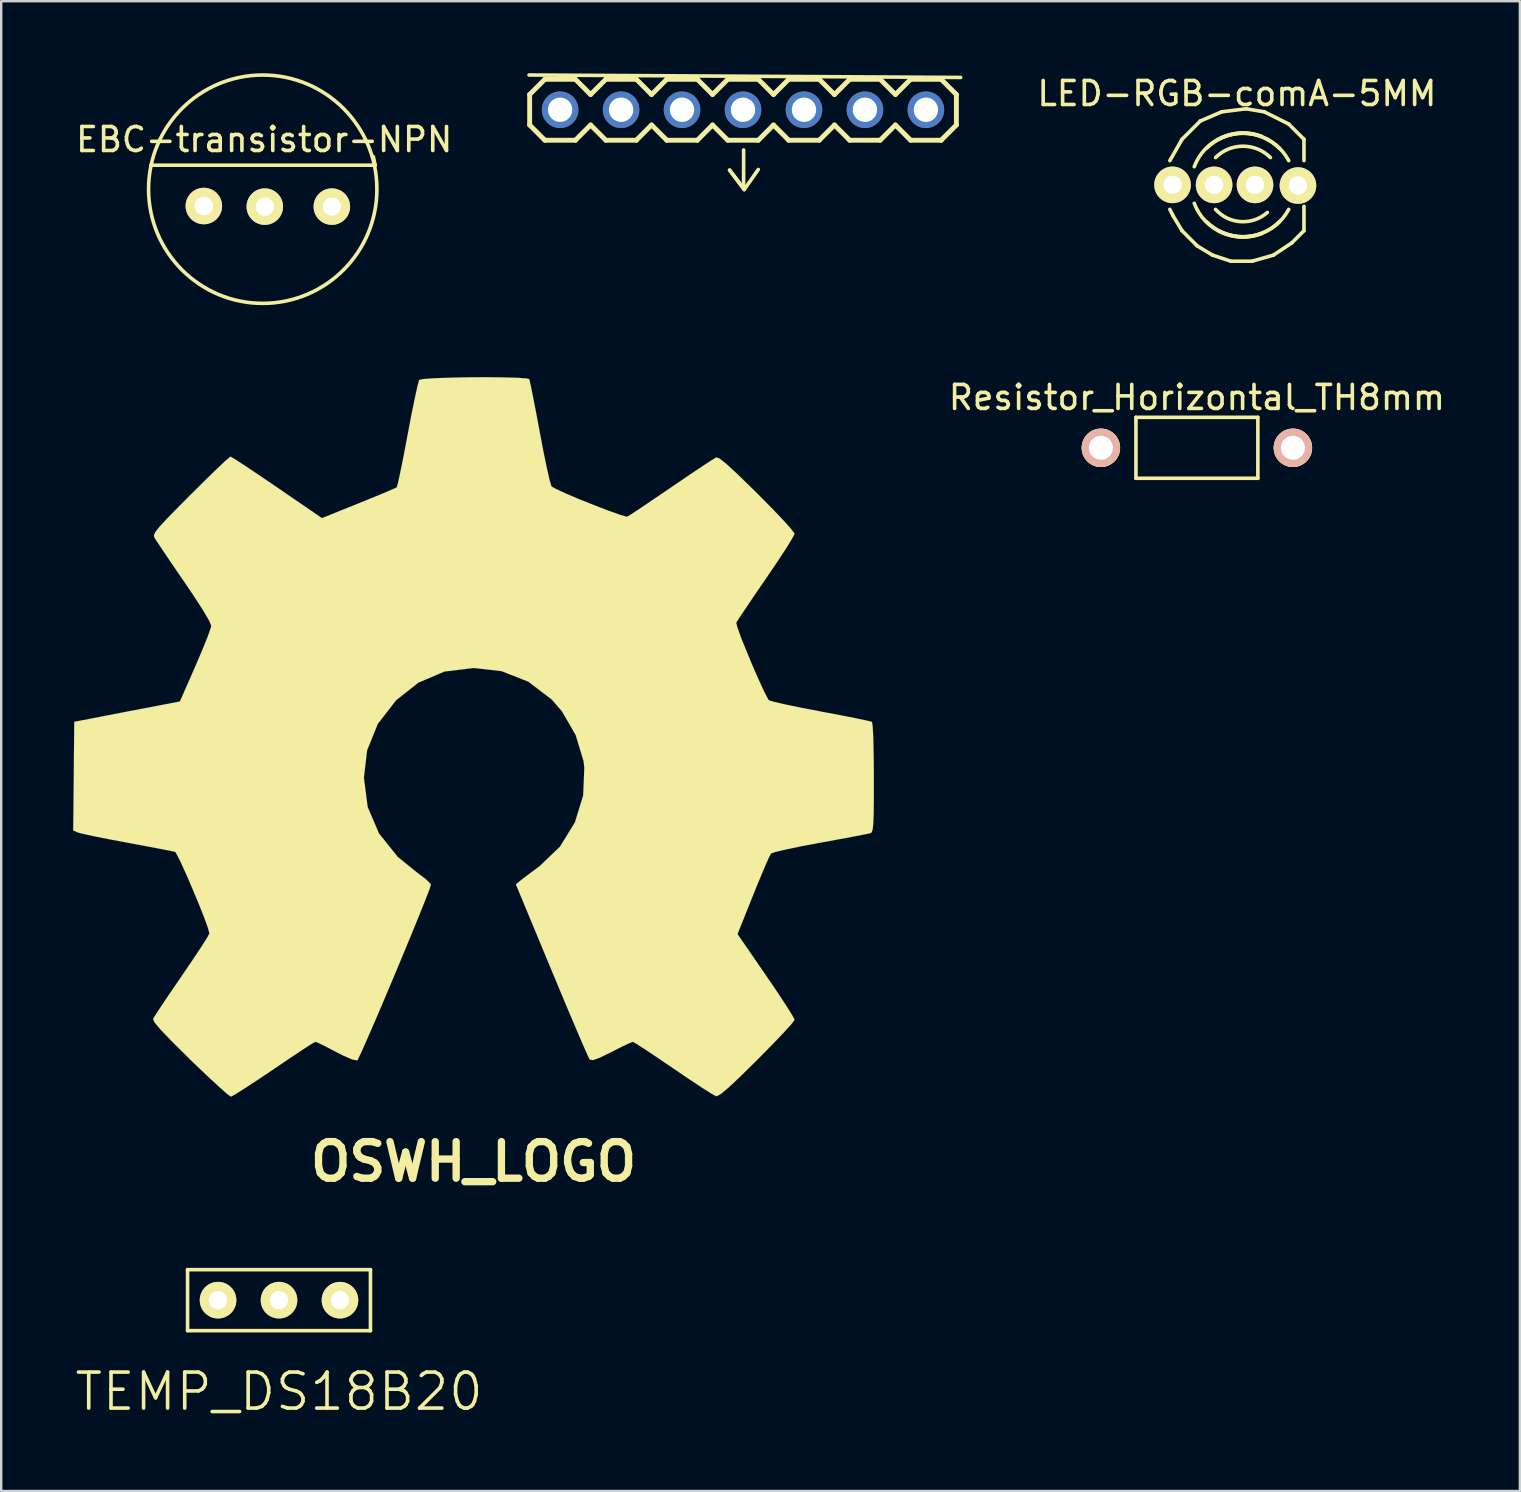
<source format=kicad_pcb>
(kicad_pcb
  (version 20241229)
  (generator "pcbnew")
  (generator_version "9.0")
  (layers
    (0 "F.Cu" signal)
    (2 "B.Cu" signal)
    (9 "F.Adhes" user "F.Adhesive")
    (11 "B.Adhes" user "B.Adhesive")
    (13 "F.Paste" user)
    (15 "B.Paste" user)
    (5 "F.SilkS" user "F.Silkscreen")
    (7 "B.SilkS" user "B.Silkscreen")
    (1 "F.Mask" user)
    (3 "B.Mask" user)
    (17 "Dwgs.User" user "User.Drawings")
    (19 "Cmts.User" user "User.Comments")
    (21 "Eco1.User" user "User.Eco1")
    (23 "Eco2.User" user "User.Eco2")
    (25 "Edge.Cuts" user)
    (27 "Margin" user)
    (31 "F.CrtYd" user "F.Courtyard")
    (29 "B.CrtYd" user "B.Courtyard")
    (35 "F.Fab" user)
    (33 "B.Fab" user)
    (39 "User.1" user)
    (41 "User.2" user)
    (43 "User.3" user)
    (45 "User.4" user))
  (footprint "OSWH_LOGO"
    (layer "F.Cu")
    (at 16.681 27.657)
    (property "Reference" "OSWH_LOGO" (at 0 17.694 0) (layer "F.SilkS") (effects (font (size 1.524 1.524) (thickness 0.305))))
    (attr through_hole)
    (fp_poly (pts (xy -10.114 14.986) (xy -9.939 14.895) (xy -9.548 14.648) (xy -8.992 14.285) (xy -8.334 13.843) (xy -7.673 13.396) (xy -7.13 13.033) (xy -6.749 12.789) (xy -6.591 12.7) (xy -6.505 12.73) (xy -6.19 12.883) (xy -5.735 13.119) (xy -5.471 13.256) (xy -5.052 13.437) (xy -4.846 13.475) (xy -4.811 13.416) (xy -4.658 13.096) (xy -4.417 12.55) (xy -4.102 11.826) (xy -3.741 10.98) (xy -3.355 10.066) (xy -2.967 9.136) (xy -2.598 8.247) (xy -2.273 7.45) (xy -2.012 6.8) (xy -1.839 6.35) (xy -1.775 6.154) (xy -1.796 6.114) (xy -2.004 5.911) (xy -2.37 5.636) (xy -3.157 4.996) (xy -3.937 4.023) (xy -4.412 2.918) (xy -4.569 1.692) (xy -4.435 0.554) (xy -3.988 -0.549) (xy -3.226 -1.532) (xy -2.301 -2.263) (xy -1.219 -2.725) (xy -0.005 -2.875) (xy 1.166 -2.743) (xy 2.283 -2.304) (xy 3.266 -1.554) (xy 3.68 -1.074) (xy 4.255 -0.079) (xy 4.58 0.996) (xy 4.615 1.27) (xy 4.567 2.438) (xy 4.221 3.561) (xy 3.602 4.567) (xy 2.743 5.39) (xy 2.637 5.466) (xy 2.238 5.763) (xy 1.971 5.969) (xy 1.763 6.139) (xy 3.254 9.731) (xy 3.493 10.302) (xy 3.901 11.283) (xy 4.262 12.129) (xy 4.549 12.802) (xy 4.747 13.251) (xy 4.836 13.432) (xy 4.846 13.442) (xy 4.976 13.465) (xy 5.253 13.365) (xy 5.751 13.122) (xy 6.083 12.951) (xy 6.464 12.769) (xy 6.637 12.7) (xy 6.779 12.779) (xy 7.148 13.018) (xy 7.681 13.373) (xy 8.324 13.81) (xy 8.933 14.224) (xy 9.497 14.597) (xy 9.909 14.859) (xy 10.104 14.966) (xy 10.137 14.966) (xy 10.315 14.867) (xy 10.635 14.597) (xy 11.125 14.135) (xy 11.819 13.452) (xy 11.923 13.348) (xy 12.492 12.769) (xy 12.954 12.283) (xy 13.264 11.938) (xy 13.376 11.781) (xy 13.376 11.778) (xy 13.274 11.585) (xy 13.015 11.176) (xy 12.642 10.607) (xy 12.187 9.939) (xy 10.998 8.212) (xy 11.651 6.581) (xy 11.852 6.083) (xy 12.106 5.476) (xy 12.296 5.044) (xy 12.393 4.856) (xy 12.57 4.793) (xy 13.018 4.686) (xy 13.663 4.552) (xy 14.435 4.407) (xy 15.169 4.272) (xy 15.834 4.148) (xy 16.314 4.054) (xy 16.53 4.011) (xy 16.581 3.98) (xy 16.624 3.876) (xy 16.652 3.65) (xy 16.67 3.246) (xy 16.678 2.611) (xy 16.678 1.692) (xy 16.678 1.593) (xy 16.67 0.714) (xy 16.655 0.015) (xy 16.629 -0.45) (xy 16.599 -0.63) (xy 16.596 -0.632) (xy 16.391 -0.683) (xy 15.921 -0.782) (xy 15.258 -0.912) (xy 14.465 -1.062) (xy 14.417 -1.072) (xy 13.627 -1.224) (xy 12.967 -1.361) (xy 12.504 -1.468) (xy 12.309 -1.529) (xy 12.268 -1.585) (xy 12.108 -1.892) (xy 11.882 -2.383) (xy 11.62 -2.979) (xy 11.364 -3.599) (xy 11.14 -4.155) (xy 10.991 -4.572) (xy 10.945 -4.76) (xy 10.947 -4.765) (xy 11.067 -4.956) (xy 11.339 -5.362) (xy 11.722 -5.931) (xy 12.182 -6.601) (xy 12.217 -6.652) (xy 12.67 -7.32) (xy 13.038 -7.882) (xy 13.284 -8.285) (xy 13.376 -8.466) (xy 13.373 -8.479) (xy 13.223 -8.677) (xy 12.883 -9.055) (xy 12.398 -9.563) (xy 11.814 -10.152) (xy 11.628 -10.335) (xy 10.98 -10.968) (xy 10.528 -11.382) (xy 10.249 -11.603) (xy 10.114 -11.651) (xy 10.109 -11.648) (xy 9.909 -11.527) (xy 9.489 -11.252) (xy 8.915 -10.866) (xy 8.24 -10.406) (xy 8.191 -10.373) (xy 7.526 -9.921) (xy 6.97 -9.545) (xy 6.576 -9.284) (xy 6.403 -9.18) (xy 6.373 -9.18) (xy 6.101 -9.258) (xy 5.629 -9.426) (xy 5.044 -9.652) (xy 4.427 -9.898) (xy 3.868 -10.135) (xy 3.447 -10.328) (xy 3.249 -10.439) (xy 3.244 -10.45) (xy 3.172 -10.688) (xy 3.058 -11.186) (xy 2.916 -11.874) (xy 2.761 -12.69) (xy 2.736 -12.822) (xy 2.586 -13.617) (xy 2.459 -14.272) (xy 2.365 -14.727) (xy 2.319 -14.912) (xy 2.207 -14.94) (xy 1.816 -14.968) (xy 1.224 -14.983) (xy 0.508 -14.991) (xy -0.257 -14.986) (xy -0.993 -14.971) (xy -1.623 -14.948) (xy -2.073 -14.917) (xy -2.261 -14.879) (xy -2.268 -14.869) (xy -2.337 -14.623) (xy -2.446 -14.122) (xy -2.588 -13.432) (xy -2.743 -12.614) (xy -2.771 -12.469) (xy -2.921 -11.676) (xy -3.053 -11.026) (xy -3.15 -10.579) (xy -3.2 -10.404) (xy -3.272 -10.366) (xy -3.599 -10.223) (xy -4.13 -10.003) (xy -4.788 -9.736) (xy -6.317 -9.119) (xy -8.186 -10.401) (xy -8.359 -10.518) (xy -9.032 -10.975) (xy -9.586 -11.344) (xy -9.972 -11.593) (xy -10.13 -11.684) (xy -10.142 -11.676) (xy -10.33 -11.514) (xy -10.701 -11.166) (xy -11.206 -10.673) (xy -11.798 -10.086) (xy -12.233 -9.649) (xy -12.748 -9.124) (xy -13.076 -8.771) (xy -13.254 -8.545) (xy -13.317 -8.407) (xy -13.302 -8.316) (xy -13.18 -8.125) (xy -12.906 -7.714) (xy -12.52 -7.145) (xy -12.065 -6.482) (xy -11.692 -5.931) (xy -11.283 -5.301) (xy -11.019 -4.851) (xy -10.927 -4.633) (xy -10.95 -4.542) (xy -11.079 -4.176) (xy -11.303 -3.622) (xy -11.585 -2.962) (xy -12.235 -1.481) (xy -13.208 -1.293) (xy -13.795 -1.181) (xy -14.618 -1.024) (xy -15.408 -0.871) (xy -16.637 -0.632) (xy -16.68 3.896) (xy -16.49 3.978) (xy -16.309 4.026) (xy -15.852 4.128) (xy -15.202 4.257) (xy -14.435 4.402) (xy -13.78 4.524) (xy -13.122 4.648) (xy -12.649 4.74) (xy -12.438 4.785) (xy -12.385 4.856) (xy -12.22 5.177) (xy -11.989 5.682) (xy -11.725 6.292) (xy -11.46 6.927) (xy -11.229 7.508) (xy -11.067 7.953) (xy -11.006 8.184) (xy -11.097 8.357) (xy -11.344 8.745) (xy -11.709 9.296) (xy -12.156 9.952) (xy -12.603 10.607) (xy -12.982 11.166) (xy -13.246 11.57) (xy -13.355 11.753) (xy -13.302 11.877) (xy -13.038 12.195) (xy -12.545 12.708) (xy -11.811 13.434) (xy -11.692 13.551) (xy -11.105 14.112) (xy -10.612 14.567) (xy -10.267 14.874) (xy -10.114 14.986)) (stroke (width 0.003) (type solid)) (fill yes) (layer "F.SilkS")))
  (footprint "EBC-transistor-NPN"
    (layer "F.Cu")
    (at 7.958 2.765)
    (property "Reference" "EBC-transistor-NPN" (at 0 0 0) (layer "F.SilkS") (effects (font (size 1 1) (thickness 0.15))))
    (attr through_hole)
    (fp_line (start -4.724 1.067) (end 4.623 1.067) (stroke (width 0.15) (type solid)) (layer "F.SilkS"))
    (fp_line (start 4.623 1.067) (end 4.547 0.711) (stroke (width 0.15) (type solid)) (layer "F.SilkS"))
    (fp_circle (center -0.061 2.068) (end 4.549 3.241) (stroke (width 0.15) (type solid)) (fill no) (layer "F.SilkS"))
    (pad "B" thru_hole circle (at 0.025 2.794) (size 1.52 1.52) (drill 0.762) (layers "*.Cu" "*.Mask" "F.SilkS"))
    (pad "C" thru_hole circle (at 2.819 2.794) (size 1.52 1.52) (drill 0.762) (layers "*.Cu" "*.Mask" "F.SilkS"))
    (pad "E" thru_hole circle (at -2.515 2.769) (size 1.52 1.52) (drill 0.762) (layers "*.Cu" "*.Mask" "F.SilkS")))
  (footprint "LED-RGB-comA-5MM"
    (layer "F.Cu")
    (at 48.486 4.658)
    (property "Reference" "LED-RGB-comA-5MM" (at 0 -3.81 0) (layer "F.SilkS") (effects (font (size 1 1) (thickness 0.15))))
    (attr through_hole)
    (fp_line (start -2.667 1.27) (end -2.794 1.016) (stroke (width 0.15) (type solid)) (layer "F.SilkS"))
    (fp_line (start -2.286 -1.905) (end -2.794 -1.016) (stroke (width 0.15) (type solid)) (layer "F.SilkS"))
    (fp_line (start -2.286 1.905) (end -2.667 1.27) (stroke (width 0.15) (type solid)) (layer "F.SilkS"))
    (fp_line (start -1.651 2.54) (end -2.286 1.905) (stroke (width 0.15) (type solid)) (layer "F.SilkS"))
    (fp_line (start -1.524 -2.667) (end -2.286 -1.905) (stroke (width 0.15) (type solid)) (layer "F.SilkS"))
    (fp_line (start -1.016 2.921) (end -1.651 2.54) (stroke (width 0.15) (type solid)) (layer "F.SilkS"))
    (fp_line (start -0.635 -3.048) (end -1.524 -2.667) (stroke (width 0.15) (type solid)) (layer "F.SilkS"))
    (fp_line (start -0.254 3.175) (end -1.016 2.921) (stroke (width 0.15) (type solid)) (layer "F.SilkS"))
    (fp_line (start 0.381 -3.175) (end -0.635 -3.048) (stroke (width 0.15) (type solid)) (layer "F.SilkS"))
    (fp_line (start 0.635 3.175) (end -0.254 3.175) (stroke (width 0.15) (type solid)) (layer "F.SilkS"))
    (fp_line (start 1.143 -3.048) (end 0.381 -3.175) (stroke (width 0.15) (type solid)) (layer "F.SilkS"))
    (fp_line (start 1.524 2.921) (end 0.635 3.175) (stroke (width 0.15) (type solid)) (layer "F.SilkS"))
    (fp_line (start 2.159 -2.54) (end 1.143 -3.048) (stroke (width 0.15) (type solid)) (layer "F.SilkS"))
    (fp_line (start 2.286 2.413) (end 1.524 2.921) (stroke (width 0.15) (type solid)) (layer "F.SilkS"))
    (fp_line (start 2.794 -1.905) (end 2.159 -2.54) (stroke (width 0.15) (type solid)) (layer "F.SilkS"))
    (fp_line (start 2.794 -1.905) (end 2.794 -1.016) (stroke (width 0.15) (type solid)) (layer "F.SilkS"))
    (fp_line (start 2.794 0.889) (end 2.794 1.905) (stroke (width 0.15) (type solid)) (layer "F.SilkS"))
    (fp_line (start 2.794 1.905) (end 2.286 2.413) (stroke (width 0.15) (type solid)) (layer "F.SilkS"))
    (fp_arc (start -1.778 -0.762) (mid -0.644026 -1.975656) (end 1.016 -2.032) (stroke (width 0.15) (type solid)) (layer "F.SilkS"))
    (fp_arc (start -1.27 -1.524) (mid 0.254 -2.155261) (end 1.778 -1.524) (stroke (width 0.15) (type solid)) (layer "F.SilkS"))
    (fp_arc (start -0.889 -1.143) (mid 0.254 -1.616446) (end 1.397 -1.143) (stroke (width 0.15) (type solid)) (layer "F.SilkS"))
    (fp_arc (start -0.762 -1.905) (mid 0.882618 -2.065459) (end 2.159 -1.016) (stroke (width 0.15) (type solid)) (layer "F.SilkS"))
    (fp_arc (start 1.016 2.032) (mid -0.644026 1.975656) (end -1.778 0.762) (stroke (width 0.15) (type solid)) (layer "F.SilkS"))
    (fp_arc (start 1.27 1.143) (mid 0.164197 1.526644) (end -0.889 1.016) (stroke (width 0.15) (type solid)) (layer "F.SilkS"))
    (fp_arc (start 1.778 1.524) (mid 0.254 2.155261) (end -1.27 1.524) (stroke (width 0.15) (type solid)) (layer "F.SilkS"))
    (fp_arc (start 2.159 1.016) (mid 0.882618 2.065459) (end -0.762 1.905) (stroke (width 0.15) (type solid)) (layer "F.SilkS"))
    (pad "A" thru_hole circle (at -0.95 -0.005) (size 1.524 1.524) (drill 0.762) (layers "*.Cu" "*.Mask" "F.SilkS"))
    (pad "KB" thru_hole circle (at 2.543 0.023) (size 1.524 1.524) (drill 0.762) (layers "*.Cu" "*.Mask" "F.SilkS"))
    (pad "KG" thru_hole circle (at 0.754 -0.005) (size 1.524 1.524) (drill 0.762) (layers "*.Cu" "*.Mask" "F.SilkS"))
    (pad "KR" thru_hole circle (at -2.682 -0.005) (size 1.524 1.524) (drill 0.762) (layers "*.Cu" "*.Mask" "F.SilkS")))
  (footprint "Resistor_Horizontal_TH8mm"
    (layer "F.Cu")
    (at 46.819 15.544)
    (property "Reference" "Resistor_Horizontal_TH8mm" (at 0 -2.032 0) (layer "F.SilkS") (effects (font (size 1 1) (thickness 0.15))))
    (attr through_hole)
    (fp_line (start -2.54 -1.206) (end 2.54 -1.206) (stroke (width 0.15) (type solid)) (layer "F.SilkS"))
    (fp_line (start -2.54 1.333) (end -2.54 -1.206) (stroke (width 0.15) (type solid)) (layer "F.SilkS"))
    (fp_line (start 2.54 -1.206) (end 2.54 1.333) (stroke (width 0.15) (type solid)) (layer "F.SilkS"))
    (fp_line (start 2.54 1.333) (end -2.54 1.333) (stroke (width 0.15) (type solid)) (layer "F.SilkS"))
    (pad "1" thru_hole circle (at -4 0.064) (size 1.6 1.6) (drill 1) (layers "*.Cu" "*.SilkS" "*.Mask"))
    (pad "2" thru_hole circle (at 4 0.064) (size 1.6 1.6) (drill 1) (layers "*.Cu" "*.SilkS" "*.Mask")))
  (footprint "HC05"
    (layer "F.Cu")
    (at 20.288 1.523)
    (property "Reference" "HC05" (at 0 0 0) (layer "Eco1.User") (effects (font (size 0.6 0.6) (thickness 0.1))))
    (attr through_hole)
    (fp_line (start -1.295 -1.448) (end 16.688 -1.346) (stroke (width 0.15) (type solid)) (layer "F.SilkS"))
    (fp_line (start -1.27 -0.635) (end -1.27 0.635) (stroke (width 0.203) (type solid)) (layer "F.SilkS"))
    (fp_line (start -1.27 0.635) (end -0.635 1.27) (stroke (width 0.203) (type solid)) (layer "F.SilkS"))
    (fp_line (start -0.635 -1.27) (end -1.27 -0.635) (stroke (width 0.203) (type solid)) (layer "F.SilkS"))
    (fp_line (start -0.635 -1.27) (end 0.635 -1.27) (stroke (width 0.203) (type solid)) (layer "F.SilkS"))
    (fp_line (start 0.635 -1.27) (end 1.27 -0.635) (stroke (width 0.203) (type solid)) (layer "F.SilkS"))
    (fp_line (start 0.635 1.27) (end -0.635 1.27) (stroke (width 0.203) (type solid)) (layer "F.SilkS"))
    (fp_line (start 1.27 -0.635) (end 1.905 -1.27) (stroke (width 0.203) (type solid)) (layer "F.SilkS"))
    (fp_line (start 1.27 0.635) (end 0.635 1.27) (stroke (width 0.203) (type solid)) (layer "F.SilkS"))
    (fp_line (start 1.905 -1.27) (end 3.175 -1.27) (stroke (width 0.203) (type solid)) (layer "F.SilkS"))
    (fp_line (start 1.905 1.27) (end 1.27 0.635) (stroke (width 0.203) (type solid)) (layer "F.SilkS"))
    (fp_line (start 3.175 -1.27) (end 3.81 -0.635) (stroke (width 0.203) (type solid)) (layer "F.SilkS"))
    (fp_line (start 3.175 1.27) (end 1.905 1.27) (stroke (width 0.203) (type solid)) (layer "F.SilkS"))
    (fp_line (start 3.81 -0.635) (end 4.445 -1.27) (stroke (width 0.203) (type solid)) (layer "F.SilkS"))
    (fp_line (start 3.81 0.635) (end 3.175 1.27) (stroke (width 0.203) (type solid)) (layer "F.SilkS"))
    (fp_line (start 4.445 -1.27) (end 5.715 -1.27) (stroke (width 0.203) (type solid)) (layer "F.SilkS"))
    (fp_line (start 4.445 1.27) (end 3.81 0.635) (stroke (width 0.203) (type solid)) (layer "F.SilkS"))
    (fp_line (start 5.715 -1.27) (end 6.35 -0.635) (stroke (width 0.203) (type solid)) (layer "F.SilkS"))
    (fp_line (start 5.715 1.27) (end 4.445 1.27) (stroke (width 0.203) (type solid)) (layer "F.SilkS"))
    (fp_line (start 6.35 0.635) (end 5.715 1.27) (stroke (width 0.203) (type solid)) (layer "F.SilkS"))
    (fp_line (start 6.35 0.635) (end 6.985 1.27) (stroke (width 0.203) (type solid)) (layer "F.SilkS"))
    (fp_line (start 6.985 -1.27) (end 6.35 -0.635) (stroke (width 0.203) (type solid)) (layer "F.SilkS"))
    (fp_line (start 6.985 -1.27) (end 8.255 -1.27) (stroke (width 0.203) (type solid)) (layer "F.SilkS"))
    (fp_line (start 7.061 2.515) (end 7.671 3.327) (stroke (width 0.15) (type solid)) (layer "F.SilkS"))
    (fp_line (start 7.645 1.676) (end 7.645 3.277) (stroke (width 0.15) (type solid)) (layer "F.SilkS"))
    (fp_line (start 7.645 3.277) (end 7.061 2.515) (stroke (width 0.15) (type solid)) (layer "F.SilkS"))
    (fp_line (start 7.671 3.327) (end 8.255 2.489) (stroke (width 0.15) (type solid)) (layer "F.SilkS"))
    (fp_line (start 8.255 -1.27) (end 8.89 -0.635) (stroke (width 0.203) (type solid)) (layer "F.SilkS"))
    (fp_line (start 8.255 1.27) (end 6.985 1.27) (stroke (width 0.203) (type solid)) (layer "F.SilkS"))
    (fp_line (start 8.89 -0.635) (end 9.525 -1.27) (stroke (width 0.203) (type solid)) (layer "F.SilkS"))
    (fp_line (start 8.89 0.635) (end 8.255 1.27) (stroke (width 0.203) (type solid)) (layer "F.SilkS"))
    (fp_line (start 9.525 -1.27) (end 10.795 -1.27) (stroke (width 0.203) (type solid)) (layer "F.SilkS"))
    (fp_line (start 9.525 1.27) (end 8.89 0.635) (stroke (width 0.203) (type solid)) (layer "F.SilkS"))
    (fp_line (start 10.795 -1.27) (end 11.43 -0.635) (stroke (width 0.203) (type solid)) (layer "F.SilkS"))
    (fp_line (start 10.795 1.27) (end 9.525 1.27) (stroke (width 0.203) (type solid)) (layer "F.SilkS"))
    (fp_line (start 11.43 -0.635) (end 12.065 -1.27) (stroke (width 0.203) (type solid)) (layer "F.SilkS"))
    (fp_line (start 11.43 0.635) (end 10.795 1.27) (stroke (width 0.203) (type solid)) (layer "F.SilkS"))
    (fp_line (start 12.065 -1.27) (end 13.335 -1.27) (stroke (width 0.203) (type solid)) (layer "F.SilkS"))
    (fp_line (start 12.065 1.27) (end 11.43 0.635) (stroke (width 0.203) (type solid)) (layer "F.SilkS"))
    (fp_line (start 13.335 -1.27) (end 13.97 -0.635) (stroke (width 0.203) (type solid)) (layer "F.SilkS"))
    (fp_line (start 13.335 1.27) (end 12.065 1.27) (stroke (width 0.203) (type solid)) (layer "F.SilkS"))
    (fp_line (start 13.97 0.635) (end 13.335 1.27) (stroke (width 0.203) (type solid)) (layer "F.SilkS"))
    (fp_line (start 13.97 0.635) (end 14.605 1.27) (stroke (width 0.203) (type solid)) (layer "F.SilkS"))
    (fp_line (start 14.605 -1.27) (end 13.97 -0.635) (stroke (width 0.203) (type solid)) (layer "F.SilkS"))
    (fp_line (start 14.605 -1.27) (end 15.875 -1.27) (stroke (width 0.203) (type solid)) (layer "F.SilkS"))
    (fp_line (start 15.875 -1.27) (end 16.51 -0.635) (stroke (width 0.203) (type solid)) (layer "F.SilkS"))
    (fp_line (start 15.875 1.27) (end 14.605 1.27) (stroke (width 0.203) (type solid)) (layer "F.SilkS"))
    (fp_line (start 16.51 -0.635) (end 16.51 0.635) (stroke (width 0.203) (type solid)) (layer "F.SilkS"))
    (fp_line (start 16.51 0.635) (end 15.875 1.27) (stroke (width 0.203) (type solid)) (layer "F.SilkS"))
    (pad "EN" thru_hole oval (at 12.7 0 90) (size 1.524 1.524) (drill 1.016) (layers "*.Cu" "*.Mask"))
    (pad "GND" thru_hole oval (at 7.62 0 90) (size 1.524 1.524) (drill 1.016) (layers "*.Cu" "*.Mask"))
    (pad "KEY" thru_hole oval (at 15.24 0 90) (size 1.524 1.524) (drill 1.016) (layers "*.Cu" "*.Mask"))
    (pad "RX" thru_hole oval (at 2.54 0 90) (size 1.524 1.524) (drill 1.016) (layers "*.Cu" "*.Mask"))
    (pad "STAT" thru_hole oval (at 0 0 90) (size 1.524 1.524) (drill 1.016) (layers "*.Cu" "*.Mask"))
    (pad "TX" thru_hole oval (at 5.08 0 90) (size 1.524 1.524) (drill 1.016) (layers "*.Cu" "*.Mask"))
    (pad "VCC" thru_hole oval (at 10.16 0 90) (size 1.524 1.524) (drill 1.016) (layers "*.Cu" "*.Mask")))
  (footprint "TEMP_DS18B20"
    (layer "F.Cu")
    (at 8.575 51.122)
    (property "Reference" "TEMP_DS18B20" (at 0 3.81 0) (layer "F.SilkS") (effects (font (size 1.5 1.5) (thickness 0.15))))
    (attr through_hole)
    (fp_line (start -3.81 -1.27) (end 3.81 -1.27) (stroke (width 0.15) (type solid)) (layer "F.SilkS"))
    (fp_line (start -3.81 1.27) (end -3.81 -1.27) (stroke (width 0.15) (type solid)) (layer "F.SilkS"))
    (fp_line (start 3.81 -1.27) (end 3.81 1.27) (stroke (width 0.15) (type solid)) (layer "F.SilkS"))
    (fp_line (start 3.81 1.27) (end -3.81 1.27) (stroke (width 0.15) (type solid)) (layer "F.SilkS"))
    (pad "5V" thru_hole circle (at 2.54 0) (size 1.524 1.524) (drill 0.762) (layers "*.Cu" "*.Mask" "F.SilkS"))
    (pad "DQ" thru_hole circle (at 0 0) (size 1.524 1.524) (drill 0.762) (layers "*.Cu" "*.Mask" "F.SilkS"))
    (pad "GND" thru_hole circle (at -2.54 0) (size 1.524 1.524) (drill 0.762) (layers "*.Cu" "*.Mask" "F.SilkS")))
  (gr_rect
    (start -3 -3)
    (end 60.277 59.072)
    (stroke (width 0.1) (type default))
    (fill no)
    (layer "Edge.Cuts")))
</source>
